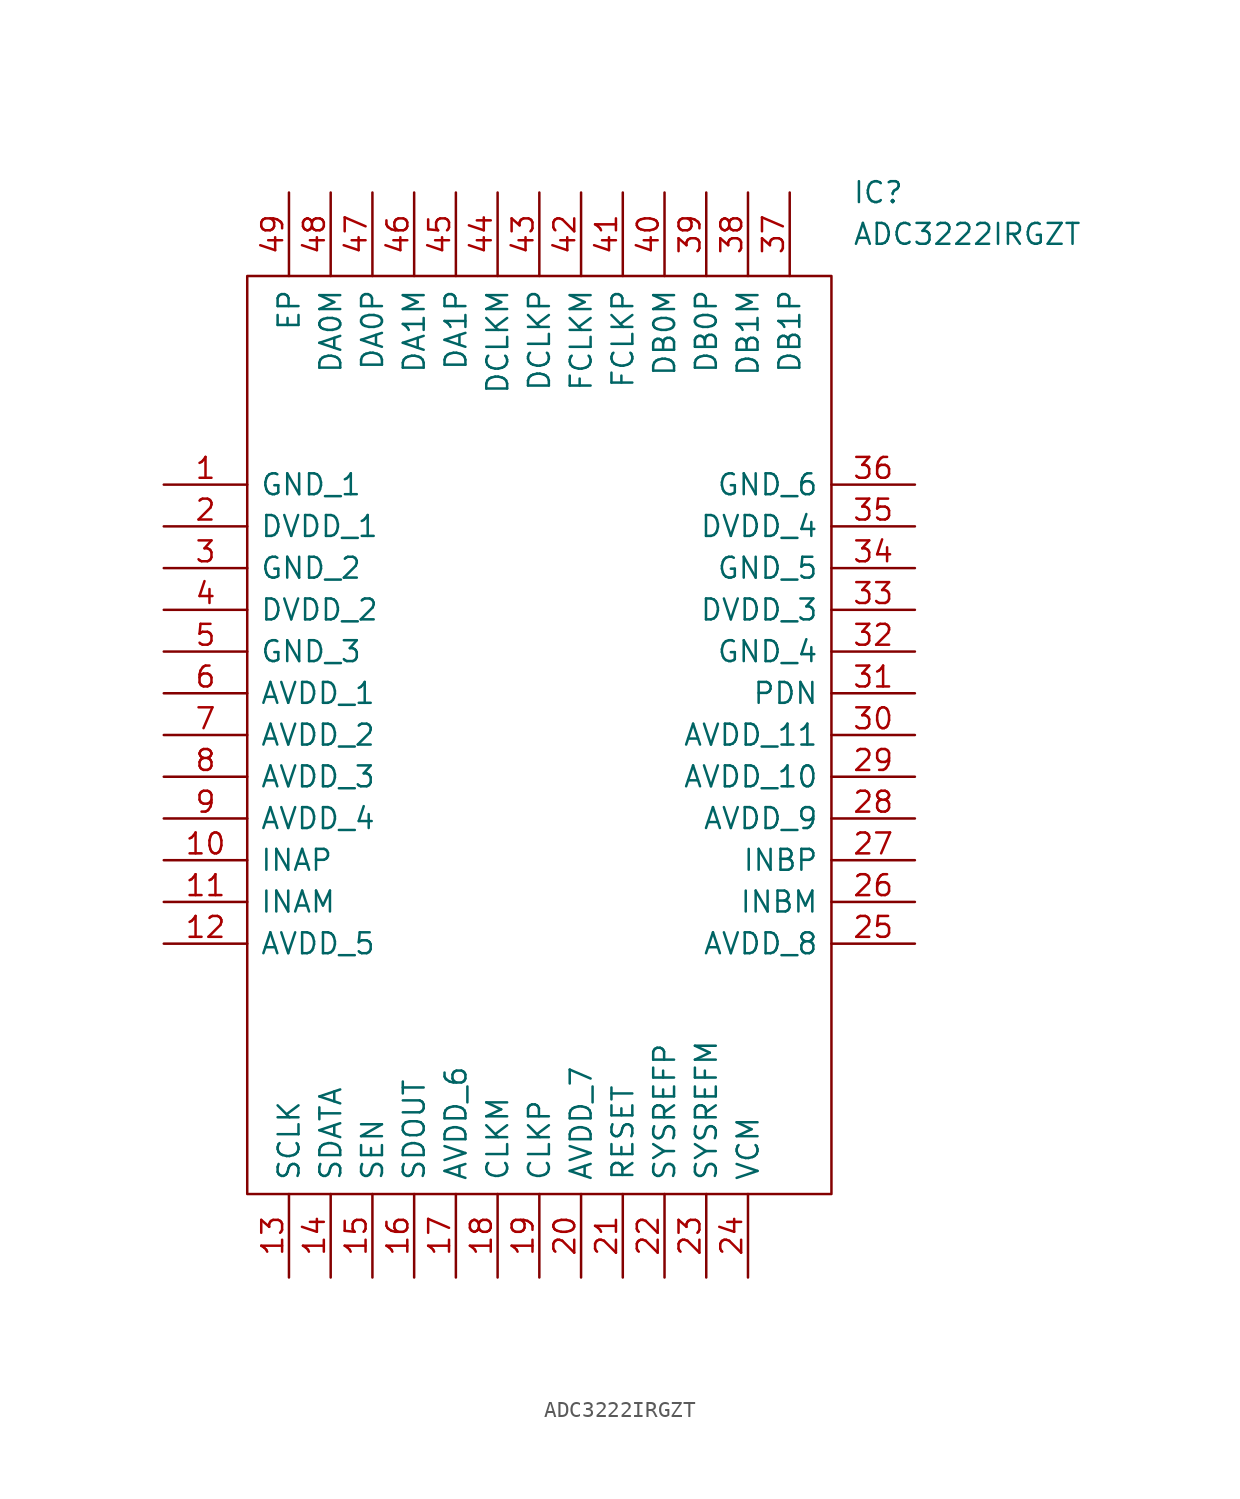
<source format=kicad_sym>
(kicad_symbol_lib
  (version 20211014)
  (generator kicad_symbol_editor)
  (symbol "ADC3222IRGZT"
    (pin_names
      (offset 0.762))
    (property "Reference" "IC"
      (at 41.91 17.78 0)
      (effects (font (size 1.27 1.27)) (justify left)))
    (property "Value" "ADC3222IRGZT"
      (at 41.91 15.24 0)
      (effects (font (size 1.27 1.27)) (justify left)))
    (symbol "ADC3222IRGZT_0_0"
      (pin passive line (at 0 0 0) (length 5.08) (name "GND_1" (effects (font (size 1.27 1.27)))) (number "1" (effects (font (size 1.27 1.27)))))
      (pin passive line (at 0 -22.86 0) (length 5.08) (name "INAP" (effects (font (size 1.27 1.27)))) (number "10" (effects (font (size 1.27 1.27)))))
      (pin passive line (at 0 -25.4 0) (length 5.08) (name "INAM" (effects (font (size 1.27 1.27)))) (number "11" (effects (font (size 1.27 1.27)))))
      (pin passive line (at 0 -27.94 0) (length 5.08) (name "AVDD_5" (effects (font (size 1.27 1.27)))) (number "12" (effects (font (size 1.27 1.27)))))
      (pin passive line (at 7.62 -48.26 90) (length 5.08) (name "SCLK" (effects (font (size 1.27 1.27)))) (number "13" (effects (font (size 1.27 1.27)))))
      (pin passive line (at 10.16 -48.26 90) (length 5.08) (name "SDATA" (effects (font (size 1.27 1.27)))) (number "14" (effects (font (size 1.27 1.27)))))
      (pin passive line (at 12.7 -48.26 90) (length 5.08) (name "SEN" (effects (font (size 1.27 1.27)))) (number "15" (effects (font (size 1.27 1.27)))))
      (pin passive line (at 15.24 -48.26 90) (length 5.08) (name "SDOUT" (effects (font (size 1.27 1.27)))) (number "16" (effects (font (size 1.27 1.27)))))
      (pin passive line (at 17.78 -48.26 90) (length 5.08) (name "AVDD_6" (effects (font (size 1.27 1.27)))) (number "17" (effects (font (size 1.27 1.27)))))
      (pin passive line (at 20.32 -48.26 90) (length 5.08) (name "CLKM" (effects (font (size 1.27 1.27)))) (number "18" (effects (font (size 1.27 1.27)))))
      (pin passive line (at 22.86 -48.26 90) (length 5.08) (name "CLKP" (effects (font (size 1.27 1.27)))) (number "19" (effects (font (size 1.27 1.27)))))
      (pin passive line (at 0 -2.54 0) (length 5.08) (name "DVDD_1" (effects (font (size 1.27 1.27)))) (number "2" (effects (font (size 1.27 1.27)))))
      (pin passive line (at 25.4 -48.26 90) (length 5.08) (name "AVDD_7" (effects (font (size 1.27 1.27)))) (number "20" (effects (font (size 1.27 1.27)))))
      (pin passive line (at 27.94 -48.26 90) (length 5.08) (name "RESET" (effects (font (size 1.27 1.27)))) (number "21" (effects (font (size 1.27 1.27)))))
      (pin passive line (at 30.48 -48.26 90) (length 5.08) (name "SYSREFP" (effects (font (size 1.27 1.27)))) (number "22" (effects (font (size 1.27 1.27)))))
      (pin passive line (at 33.02 -48.26 90) (length 5.08) (name "SYSREFM" (effects (font (size 1.27 1.27)))) (number "23" (effects (font (size 1.27 1.27)))))
      (pin passive line (at 35.56 -48.26 90) (length 5.08) (name "VCM" (effects (font (size 1.27 1.27)))) (number "24" (effects (font (size 1.27 1.27)))))
      (pin passive line (at 45.72 -27.94 180) (length 5.08) (name "AVDD_8" (effects (font (size 1.27 1.27)))) (number "25" (effects (font (size 1.27 1.27)))))
      (pin passive line (at 45.72 -25.4 180) (length 5.08) (name "INBM" (effects (font (size 1.27 1.27)))) (number "26" (effects (font (size 1.27 1.27)))))
      (pin passive line (at 45.72 -22.86 180) (length 5.08) (name "INBP" (effects (font (size 1.27 1.27)))) (number "27" (effects (font (size 1.27 1.27)))))
      (pin passive line (at 45.72 -20.32 180) (length 5.08) (name "AVDD_9" (effects (font (size 1.27 1.27)))) (number "28" (effects (font (size 1.27 1.27)))))
      (pin passive line (at 45.72 -17.78 180) (length 5.08) (name "AVDD_10" (effects (font (size 1.27 1.27)))) (number "29" (effects (font (size 1.27 1.27)))))
      (pin passive line (at 0 -5.08 0) (length 5.08) (name "GND_2" (effects (font (size 1.27 1.27)))) (number "3" (effects (font (size 1.27 1.27)))))
      (pin passive line (at 45.72 -15.24 180) (length 5.08) (name "AVDD_11" (effects (font (size 1.27 1.27)))) (number "30" (effects (font (size 1.27 1.27)))))
      (pin passive line (at 45.72 -12.7 180) (length 5.08) (name "PDN" (effects (font (size 1.27 1.27)))) (number "31" (effects (font (size 1.27 1.27)))))
      (pin passive line (at 45.72 -10.16 180) (length 5.08) (name "GND_4" (effects (font (size 1.27 1.27)))) (number "32" (effects (font (size 1.27 1.27)))))
      (pin passive line (at 45.72 -7.62 180) (length 5.08) (name "DVDD_3" (effects (font (size 1.27 1.27)))) (number "33" (effects (font (size 1.27 1.27)))))
      (pin passive line (at 45.72 -5.08 180) (length 5.08) (name "GND_5" (effects (font (size 1.27 1.27)))) (number "34" (effects (font (size 1.27 1.27)))))
      (pin passive line (at 45.72 -2.54 180) (length 5.08) (name "DVDD_4" (effects (font (size 1.27 1.27)))) (number "35" (effects (font (size 1.27 1.27)))))
      (pin passive line (at 45.72 0 180) (length 5.08) (name "GND_6" (effects (font (size 1.27 1.27)))) (number "36" (effects (font (size 1.27 1.27)))))
      (pin passive line (at 38.1 17.78 270) (length 5.08) (name "DB1P" (effects (font (size 1.27 1.27)))) (number "37" (effects (font (size 1.27 1.27)))))
      (pin passive line (at 35.56 17.78 270) (length 5.08) (name "DB1M" (effects (font (size 1.27 1.27)))) (number "38" (effects (font (size 1.27 1.27)))))
      (pin passive line (at 33.02 17.78 270) (length 5.08) (name "DB0P" (effects (font (size 1.27 1.27)))) (number "39" (effects (font (size 1.27 1.27)))))
      (pin passive line (at 0 -7.62 0) (length 5.08) (name "DVDD_2" (effects (font (size 1.27 1.27)))) (number "4" (effects (font (size 1.27 1.27)))))
      (pin passive line (at 30.48 17.78 270) (length 5.08) (name "DB0M" (effects (font (size 1.27 1.27)))) (number "40" (effects (font (size 1.27 1.27)))))
      (pin passive line (at 27.94 17.78 270) (length 5.08) (name "FCLKP" (effects (font (size 1.27 1.27)))) (number "41" (effects (font (size 1.27 1.27)))))
      (pin passive line (at 25.4 17.78 270) (length 5.08) (name "FCLKM" (effects (font (size 1.27 1.27)))) (number "42" (effects (font (size 1.27 1.27)))))
      (pin passive line (at 22.86 17.78 270) (length 5.08) (name "DCLKP" (effects (font (size 1.27 1.27)))) (number "43" (effects (font (size 1.27 1.27)))))
      (pin passive line (at 20.32 17.78 270) (length 5.08) (name "DCLKM" (effects (font (size 1.27 1.27)))) (number "44" (effects (font (size 1.27 1.27)))))
      (pin passive line (at 17.78 17.78 270) (length 5.08) (name "DA1P" (effects (font (size 1.27 1.27)))) (number "45" (effects (font (size 1.27 1.27)))))
      (pin passive line (at 15.24 17.78 270) (length 5.08) (name "DA1M" (effects (font (size 1.27 1.27)))) (number "46" (effects (font (size 1.27 1.27)))))
      (pin passive line (at 12.7 17.78 270) (length 5.08) (name "DA0P" (effects (font (size 1.27 1.27)))) (number "47" (effects (font (size 1.27 1.27)))))
      (pin passive line (at 10.16 17.78 270) (length 5.08) (name "DA0M" (effects (font (size 1.27 1.27)))) (number "48" (effects (font (size 1.27 1.27)))))
      (pin passive line (at 7.62 17.78 270) (length 5.08) (name "EP" (effects (font (size 1.27 1.27)))) (number "49" (effects (font (size 1.27 1.27)))))
      (pin passive line (at 0 -10.16 0) (length 5.08) (name "GND_3" (effects (font (size 1.27 1.27)))) (number "5" (effects (font (size 1.27 1.27)))))
      (pin passive line (at 0 -12.7 0) (length 5.08) (name "AVDD_1" (effects (font (size 1.27 1.27)))) (number "6" (effects (font (size 1.27 1.27)))))
      (pin passive line (at 0 -15.24 0) (length 5.08) (name "AVDD_2" (effects (font (size 1.27 1.27)))) (number "7" (effects (font (size 1.27 1.27)))))
      (pin passive line (at 0 -17.78 0) (length 5.08) (name "AVDD_3" (effects (font (size 1.27 1.27)))) (number "8" (effects (font (size 1.27 1.27)))))
      (pin passive line (at 0 -20.32 0) (length 5.08) (name "AVDD_4" (effects (font (size 1.27 1.27)))) (number "9" (effects (font (size 1.27 1.27))))))
    (symbol "ADC3222IRGZT_0_1"
      (polyline (pts (xy 5.08 12.7) (xy 40.64 12.7) (xy 40.64 -43.18) (xy 5.08 -43.18) (xy 5.08 12.7)) (stroke (width 0.152) (type default) (color 0 0 0 0)) (fill (type none))))))
</source>
